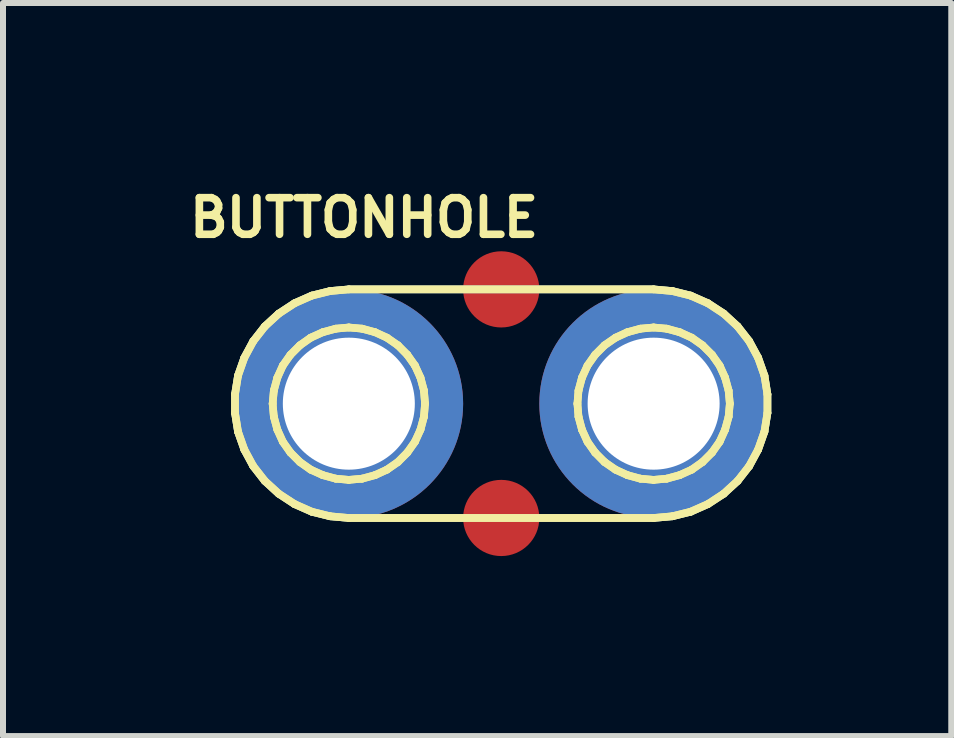
<source format=kicad_pcb>
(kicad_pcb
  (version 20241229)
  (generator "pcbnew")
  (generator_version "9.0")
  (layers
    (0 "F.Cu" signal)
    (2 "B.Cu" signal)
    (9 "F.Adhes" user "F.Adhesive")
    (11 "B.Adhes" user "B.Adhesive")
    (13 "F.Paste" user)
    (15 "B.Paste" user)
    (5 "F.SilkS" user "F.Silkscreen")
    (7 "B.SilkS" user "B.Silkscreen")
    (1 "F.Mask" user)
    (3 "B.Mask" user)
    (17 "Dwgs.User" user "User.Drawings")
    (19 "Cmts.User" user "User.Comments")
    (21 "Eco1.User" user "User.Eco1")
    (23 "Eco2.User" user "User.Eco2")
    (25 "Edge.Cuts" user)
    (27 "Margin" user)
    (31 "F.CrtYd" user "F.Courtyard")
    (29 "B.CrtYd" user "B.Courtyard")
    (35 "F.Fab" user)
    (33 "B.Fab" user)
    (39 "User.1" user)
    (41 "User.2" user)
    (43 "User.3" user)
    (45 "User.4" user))
  (footprint "BUTTONHOLE"
    (layer "F.Cu")
    (at 5.304 3.678)
    (property "Reference" "BUTTONHOLE" (at -2.286 -3.099 0) (layer "F.SilkS") (effects (font (size 0.61 0.61) (thickness 0.127))))
    (attr smd)
    (fp_line (start -4.437 -0.155) (end -4.387 -0.467) (stroke (width 0.127) (type solid)) (layer "B.Cu"))
    (fp_line (start -4.437 0.155) (end -4.437 -0.155) (stroke (width 0.127) (type solid)) (layer "B.Cu"))
    (fp_line (start -4.387 -0.467) (end -4.282 -0.765) (stroke (width 0.127) (type solid)) (layer "B.Cu"))
    (fp_line (start -4.387 0.467) (end -4.437 0.155) (stroke (width 0.127) (type solid)) (layer "B.Cu"))
    (fp_line (start -4.282 -0.765) (end -4.133 -1.041) (stroke (width 0.127) (type solid)) (layer "B.Cu"))
    (fp_line (start -4.282 0.765) (end -4.387 0.467) (stroke (width 0.127) (type solid)) (layer "B.Cu"))
    (fp_line (start -4.133 -1.041) (end -3.94 -1.288) (stroke (width 0.127) (type solid)) (layer "B.Cu"))
    (fp_line (start -4.133 1.041) (end -4.282 0.765) (stroke (width 0.127) (type solid)) (layer "B.Cu"))
    (fp_line (start -3.94 -1.288) (end -3.708 -1.501) (stroke (width 0.127) (type solid)) (layer "B.Cu"))
    (fp_line (start -3.94 1.288) (end -4.133 1.041) (stroke (width 0.127) (type solid)) (layer "B.Cu"))
    (fp_line (start -3.708 -1.501) (end -3.444 -1.674) (stroke (width 0.127) (type solid)) (layer "B.Cu"))
    (fp_line (start -3.708 1.501) (end -3.94 1.288) (stroke (width 0.127) (type solid)) (layer "B.Cu"))
    (fp_line (start -3.444 -1.674) (end -3.157 -1.801) (stroke (width 0.127) (type solid)) (layer "B.Cu"))
    (fp_line (start -3.444 1.674) (end -3.708 1.501) (stroke (width 0.127) (type solid)) (layer "B.Cu"))
    (fp_line (start -3.157 -1.801) (end -2.852 -1.877) (stroke (width 0.127) (type solid)) (layer "B.Cu"))
    (fp_line (start -3.157 1.801) (end -3.444 1.674) (stroke (width 0.127) (type solid)) (layer "B.Cu"))
    (fp_line (start -2.852 -1.877) (end -2.54 -1.905) (stroke (width 0.127) (type solid)) (layer "B.Cu"))
    (fp_line (start -2.852 1.877) (end -3.157 1.801) (stroke (width 0.127) (type solid)) (layer "B.Cu"))
    (fp_line (start -2.54 -1.905) (end 2.54 -1.905) (stroke (width 0.127) (type solid)) (layer "B.Cu"))
    (fp_line (start -2.54 1.905) (end -2.852 1.877) (stroke (width 0.127) (type solid)) (layer "B.Cu"))
    (fp_line (start 2.54 -1.905) (end 2.852 -1.877) (stroke (width 0.127) (type solid)) (layer "B.Cu"))
    (fp_line (start 2.54 1.905) (end -2.54 1.905) (stroke (width 0.127) (type solid)) (layer "B.Cu"))
    (fp_line (start 2.852 -1.877) (end 3.157 -1.801) (stroke (width 0.127) (type solid)) (layer "B.Cu"))
    (fp_line (start 2.852 1.877) (end 2.54 1.905) (stroke (width 0.127) (type solid)) (layer "B.Cu"))
    (fp_line (start 3.157 -1.801) (end 3.444 -1.674) (stroke (width 0.127) (type solid)) (layer "B.Cu"))
    (fp_line (start 3.157 1.801) (end 2.852 1.877) (stroke (width 0.127) (type solid)) (layer "B.Cu"))
    (fp_line (start 3.444 -1.674) (end 3.708 -1.501) (stroke (width 0.127) (type solid)) (layer "B.Cu"))
    (fp_line (start 3.444 1.674) (end 3.157 1.801) (stroke (width 0.127) (type solid)) (layer "B.Cu"))
    (fp_line (start 3.708 -1.501) (end 3.94 -1.288) (stroke (width 0.127) (type solid)) (layer "B.Cu"))
    (fp_line (start 3.708 1.501) (end 3.444 1.674) (stroke (width 0.127) (type solid)) (layer "B.Cu"))
    (fp_line (start 3.94 -1.288) (end 4.133 -1.041) (stroke (width 0.127) (type solid)) (layer "B.Cu"))
    (fp_line (start 3.94 1.288) (end 3.708 1.501) (stroke (width 0.127) (type solid)) (layer "B.Cu"))
    (fp_line (start 4.133 -1.041) (end 4.282 -0.765) (stroke (width 0.127) (type solid)) (layer "B.Cu"))
    (fp_line (start 4.133 1.041) (end 3.94 1.288) (stroke (width 0.127) (type solid)) (layer "B.Cu"))
    (fp_line (start 4.282 -0.765) (end 4.387 -0.467) (stroke (width 0.127) (type solid)) (layer "B.Cu"))
    (fp_line (start 4.282 0.765) (end 4.133 1.041) (stroke (width 0.127) (type solid)) (layer "B.Cu"))
    (fp_line (start 4.387 -0.467) (end 4.437 -0.155) (stroke (width 0.127) (type solid)) (layer "B.Cu"))
    (fp_line (start 4.387 0.467) (end 4.282 0.765) (stroke (width 0.127) (type solid)) (layer "B.Cu"))
    (fp_line (start 4.437 -0.155) (end 4.437 0.155) (stroke (width 0.127) (type solid)) (layer "B.Cu"))
    (fp_line (start 4.437 0.155) (end 4.387 0.467) (stroke (width 0.127) (type solid)) (layer "B.Cu"))
    (fp_line (start -4.437 -0.155) (end -4.387 -0.467) (stroke (width 0.127) (type solid)) (layer "F.SilkS"))
    (fp_line (start -4.437 -0.155) (end -4.387 -0.467) (stroke (width 0.127) (type solid)) (layer "F.SilkS"))
    (fp_line (start -4.437 0.155) (end -4.437 -0.155) (stroke (width 0.127) (type solid)) (layer "F.SilkS"))
    (fp_line (start -4.437 0.155) (end -4.437 -0.155) (stroke (width 0.127) (type solid)) (layer "F.SilkS"))
    (fp_line (start -4.387 -0.467) (end -4.282 -0.765) (stroke (width 0.127) (type solid)) (layer "F.SilkS"))
    (fp_line (start -4.387 -0.467) (end -4.282 -0.765) (stroke (width 0.127) (type solid)) (layer "F.SilkS"))
    (fp_line (start -4.387 0.467) (end -4.437 0.155) (stroke (width 0.127) (type solid)) (layer "F.SilkS"))
    (fp_line (start -4.387 0.467) (end -4.437 0.155) (stroke (width 0.127) (type solid)) (layer "F.SilkS"))
    (fp_line (start -4.282 -0.765) (end -4.133 -1.041) (stroke (width 0.127) (type solid)) (layer "F.SilkS"))
    (fp_line (start -4.282 -0.765) (end -4.133 -1.041) (stroke (width 0.127) (type solid)) (layer "F.SilkS"))
    (fp_line (start -4.282 0.765) (end -4.387 0.467) (stroke (width 0.127) (type solid)) (layer "F.SilkS"))
    (fp_line (start -4.282 0.765) (end -4.387 0.467) (stroke (width 0.127) (type solid)) (layer "F.SilkS"))
    (fp_line (start -4.133 -1.041) (end -3.94 -1.288) (stroke (width 0.127) (type solid)) (layer "F.SilkS"))
    (fp_line (start -4.133 -1.041) (end -3.94 -1.288) (stroke (width 0.127) (type solid)) (layer "F.SilkS"))
    (fp_line (start -4.133 1.041) (end -4.282 0.765) (stroke (width 0.127) (type solid)) (layer "F.SilkS"))
    (fp_line (start -4.133 1.041) (end -4.282 0.765) (stroke (width 0.127) (type solid)) (layer "F.SilkS"))
    (fp_line (start -3.94 -1.288) (end -3.708 -1.501) (stroke (width 0.127) (type solid)) (layer "F.SilkS"))
    (fp_line (start -3.94 -1.288) (end -3.708 -1.501) (stroke (width 0.127) (type solid)) (layer "F.SilkS"))
    (fp_line (start -3.94 1.288) (end -4.133 1.041) (stroke (width 0.127) (type solid)) (layer "F.SilkS"))
    (fp_line (start -3.94 1.288) (end -4.133 1.041) (stroke (width 0.127) (type solid)) (layer "F.SilkS"))
    (fp_line (start -3.81 0) (end -3.79 0.218) (stroke (width 0.127) (type solid)) (layer "F.SilkS"))
    (fp_line (start -3.81 0) (end -3.79 0.218) (stroke (width 0.127) (type solid)) (layer "F.SilkS"))
    (fp_line (start -3.79 -0.218) (end -3.81 0) (stroke (width 0.127) (type solid)) (layer "F.SilkS"))
    (fp_line (start -3.79 -0.218) (end -3.81 0) (stroke (width 0.127) (type solid)) (layer "F.SilkS"))
    (fp_line (start -3.79 0.218) (end -3.731 0.434) (stroke (width 0.127) (type solid)) (layer "F.SilkS"))
    (fp_line (start -3.79 0.218) (end -3.731 0.434) (stroke (width 0.127) (type solid)) (layer "F.SilkS"))
    (fp_line (start -3.731 -0.434) (end -3.79 -0.218) (stroke (width 0.127) (type solid)) (layer "F.SilkS"))
    (fp_line (start -3.731 -0.434) (end -3.79 -0.218) (stroke (width 0.127) (type solid)) (layer "F.SilkS"))
    (fp_line (start -3.731 0.434) (end -3.64 0.635) (stroke (width 0.127) (type solid)) (layer "F.SilkS"))
    (fp_line (start -3.731 0.434) (end -3.64 0.635) (stroke (width 0.127) (type solid)) (layer "F.SilkS"))
    (fp_line (start -3.708 -1.501) (end -3.444 -1.674) (stroke (width 0.127) (type solid)) (layer "F.SilkS"))
    (fp_line (start -3.708 -1.501) (end -3.444 -1.674) (stroke (width 0.127) (type solid)) (layer "F.SilkS"))
    (fp_line (start -3.708 1.501) (end -3.94 1.288) (stroke (width 0.127) (type solid)) (layer "F.SilkS"))
    (fp_line (start -3.708 1.501) (end -3.94 1.288) (stroke (width 0.127) (type solid)) (layer "F.SilkS"))
    (fp_line (start -3.64 -0.635) (end -3.731 -0.434) (stroke (width 0.127) (type solid)) (layer "F.SilkS"))
    (fp_line (start -3.64 -0.635) (end -3.731 -0.434) (stroke (width 0.127) (type solid)) (layer "F.SilkS"))
    (fp_line (start -3.64 0.635) (end -3.513 0.815) (stroke (width 0.127) (type solid)) (layer "F.SilkS"))
    (fp_line (start -3.64 0.635) (end -3.513 0.815) (stroke (width 0.127) (type solid)) (layer "F.SilkS"))
    (fp_line (start -3.513 -0.815) (end -3.64 -0.635) (stroke (width 0.127) (type solid)) (layer "F.SilkS"))
    (fp_line (start -3.513 -0.815) (end -3.64 -0.635) (stroke (width 0.127) (type solid)) (layer "F.SilkS"))
    (fp_line (start -3.513 0.815) (end -3.355 0.973) (stroke (width 0.127) (type solid)) (layer "F.SilkS"))
    (fp_line (start -3.513 0.815) (end -3.355 0.973) (stroke (width 0.127) (type solid)) (layer "F.SilkS"))
    (fp_line (start -3.444 -1.674) (end -3.157 -1.801) (stroke (width 0.127) (type solid)) (layer "F.SilkS"))
    (fp_line (start -3.444 -1.674) (end -3.157 -1.801) (stroke (width 0.127) (type solid)) (layer "F.SilkS"))
    (fp_line (start -3.444 1.674) (end -3.708 1.501) (stroke (width 0.127) (type solid)) (layer "F.SilkS"))
    (fp_line (start -3.444 1.674) (end -3.708 1.501) (stroke (width 0.127) (type solid)) (layer "F.SilkS"))
    (fp_line (start -3.355 -0.973) (end -3.513 -0.815) (stroke (width 0.127) (type solid)) (layer "F.SilkS"))
    (fp_line (start -3.355 -0.973) (end -3.513 -0.815) (stroke (width 0.127) (type solid)) (layer "F.SilkS"))
    (fp_line (start -3.355 0.973) (end -3.175 1.1) (stroke (width 0.127) (type solid)) (layer "F.SilkS"))
    (fp_line (start -3.355 0.973) (end -3.175 1.1) (stroke (width 0.127) (type solid)) (layer "F.SilkS"))
    (fp_line (start -3.175 -1.1) (end -3.355 -0.973) (stroke (width 0.127) (type solid)) (layer "F.SilkS"))
    (fp_line (start -3.175 -1.1) (end -3.355 -0.973) (stroke (width 0.127) (type solid)) (layer "F.SilkS"))
    (fp_line (start -3.175 1.1) (end -2.974 1.191) (stroke (width 0.127) (type solid)) (layer "F.SilkS"))
    (fp_line (start -3.175 1.1) (end -2.974 1.191) (stroke (width 0.127) (type solid)) (layer "F.SilkS"))
    (fp_line (start -3.157 -1.801) (end -2.852 -1.877) (stroke (width 0.127) (type solid)) (layer "F.SilkS"))
    (fp_line (start -3.157 -1.801) (end -2.852 -1.877) (stroke (width 0.127) (type solid)) (layer "F.SilkS"))
    (fp_line (start -3.157 1.801) (end -3.444 1.674) (stroke (width 0.127) (type solid)) (layer "F.SilkS"))
    (fp_line (start -3.157 1.801) (end -3.444 1.674) (stroke (width 0.127) (type solid)) (layer "F.SilkS"))
    (fp_line (start -2.974 -1.191) (end -3.175 -1.1) (stroke (width 0.127) (type solid)) (layer "F.SilkS"))
    (fp_line (start -2.974 -1.191) (end -3.175 -1.1) (stroke (width 0.127) (type solid)) (layer "F.SilkS"))
    (fp_line (start -2.974 1.191) (end -2.758 1.25) (stroke (width 0.127) (type solid)) (layer "F.SilkS"))
    (fp_line (start -2.974 1.191) (end -2.758 1.25) (stroke (width 0.127) (type solid)) (layer "F.SilkS"))
    (fp_line (start -2.852 -1.877) (end -2.54 -1.905) (stroke (width 0.127) (type solid)) (layer "F.SilkS"))
    (fp_line (start -2.852 -1.877) (end -2.54 -1.905) (stroke (width 0.127) (type solid)) (layer "F.SilkS"))
    (fp_line (start -2.852 1.877) (end -3.157 1.801) (stroke (width 0.127) (type solid)) (layer "F.SilkS"))
    (fp_line (start -2.852 1.877) (end -3.157 1.801) (stroke (width 0.127) (type solid)) (layer "F.SilkS"))
    (fp_line (start -2.758 -1.25) (end -2.974 -1.191) (stroke (width 0.127) (type solid)) (layer "F.SilkS"))
    (fp_line (start -2.758 -1.25) (end -2.974 -1.191) (stroke (width 0.127) (type solid)) (layer "F.SilkS"))
    (fp_line (start -2.758 1.25) (end -2.54 1.27) (stroke (width 0.127) (type solid)) (layer "F.SilkS"))
    (fp_line (start -2.758 1.25) (end -2.54 1.27) (stroke (width 0.127) (type solid)) (layer "F.SilkS"))
    (fp_line (start -2.54 -1.905) (end 2.54 -1.905) (stroke (width 0.127) (type solid)) (layer "F.SilkS"))
    (fp_line (start -2.54 -1.905) (end 2.54 -1.905) (stroke (width 0.127) (type solid)) (layer "F.SilkS"))
    (fp_line (start -2.54 -1.27) (end -2.758 -1.25) (stroke (width 0.127) (type solid)) (layer "F.SilkS"))
    (fp_line (start -2.54 -1.27) (end -2.758 -1.25) (stroke (width 0.127) (type solid)) (layer "F.SilkS"))
    (fp_line (start -2.54 1.27) (end -2.319 1.25) (stroke (width 0.127) (type solid)) (layer "F.SilkS"))
    (fp_line (start -2.54 1.27) (end -2.319 1.25) (stroke (width 0.127) (type solid)) (layer "F.SilkS"))
    (fp_line (start -2.54 1.905) (end -2.852 1.877) (stroke (width 0.127) (type solid)) (layer "F.SilkS"))
    (fp_line (start -2.54 1.905) (end -2.852 1.877) (stroke (width 0.127) (type solid)) (layer "F.SilkS"))
    (fp_line (start -2.319 -1.25) (end -2.54 -1.27) (stroke (width 0.127) (type solid)) (layer "F.SilkS"))
    (fp_line (start -2.319 -1.25) (end -2.54 -1.27) (stroke (width 0.127) (type solid)) (layer "F.SilkS"))
    (fp_line (start -2.319 1.25) (end -2.103 1.191) (stroke (width 0.127) (type solid)) (layer "F.SilkS"))
    (fp_line (start -2.319 1.25) (end -2.103 1.191) (stroke (width 0.127) (type solid)) (layer "F.SilkS"))
    (fp_line (start -2.103 -1.191) (end -2.319 -1.25) (stroke (width 0.127) (type solid)) (layer "F.SilkS"))
    (fp_line (start -2.103 -1.191) (end -2.319 -1.25) (stroke (width 0.127) (type solid)) (layer "F.SilkS"))
    (fp_line (start -2.103 1.191) (end -1.905 1.1) (stroke (width 0.127) (type solid)) (layer "F.SilkS"))
    (fp_line (start -2.103 1.191) (end -1.905 1.1) (stroke (width 0.127) (type solid)) (layer "F.SilkS"))
    (fp_line (start -1.905 -1.1) (end -2.103 -1.191) (stroke (width 0.127) (type solid)) (layer "F.SilkS"))
    (fp_line (start -1.905 -1.1) (end -2.103 -1.191) (stroke (width 0.127) (type solid)) (layer "F.SilkS"))
    (fp_line (start -1.905 1.1) (end -1.722 0.973) (stroke (width 0.127) (type solid)) (layer "F.SilkS"))
    (fp_line (start -1.905 1.1) (end -1.722 0.973) (stroke (width 0.127) (type solid)) (layer "F.SilkS"))
    (fp_line (start -1.722 -0.973) (end -1.905 -1.1) (stroke (width 0.127) (type solid)) (layer "F.SilkS"))
    (fp_line (start -1.722 -0.973) (end -1.905 -1.1) (stroke (width 0.127) (type solid)) (layer "F.SilkS"))
    (fp_line (start -1.722 0.973) (end -1.565 0.815) (stroke (width 0.127) (type solid)) (layer "F.SilkS"))
    (fp_line (start -1.722 0.973) (end -1.565 0.815) (stroke (width 0.127) (type solid)) (layer "F.SilkS"))
    (fp_line (start -1.565 -0.815) (end -1.722 -0.973) (stroke (width 0.127) (type solid)) (layer "F.SilkS"))
    (fp_line (start -1.565 -0.815) (end -1.722 -0.973) (stroke (width 0.127) (type solid)) (layer "F.SilkS"))
    (fp_line (start -1.565 0.815) (end -1.438 0.635) (stroke (width 0.127) (type solid)) (layer "F.SilkS"))
    (fp_line (start -1.565 0.815) (end -1.438 0.635) (stroke (width 0.127) (type solid)) (layer "F.SilkS"))
    (fp_line (start -1.438 -0.635) (end -1.565 -0.815) (stroke (width 0.127) (type solid)) (layer "F.SilkS"))
    (fp_line (start -1.438 -0.635) (end -1.565 -0.815) (stroke (width 0.127) (type solid)) (layer "F.SilkS"))
    (fp_line (start -1.438 0.635) (end -1.346 0.434) (stroke (width 0.127) (type solid)) (layer "F.SilkS"))
    (fp_line (start -1.438 0.635) (end -1.346 0.434) (stroke (width 0.127) (type solid)) (layer "F.SilkS"))
    (fp_line (start -1.346 -0.434) (end -1.438 -0.635) (stroke (width 0.127) (type solid)) (layer "F.SilkS"))
    (fp_line (start -1.346 -0.434) (end -1.438 -0.635) (stroke (width 0.127) (type solid)) (layer "F.SilkS"))
    (fp_line (start -1.346 0.434) (end -1.288 0.218) (stroke (width 0.127) (type solid)) (layer "F.SilkS"))
    (fp_line (start -1.346 0.434) (end -1.288 0.218) (stroke (width 0.127) (type solid)) (layer "F.SilkS"))
    (fp_line (start -1.288 -0.218) (end -1.346 -0.434) (stroke (width 0.127) (type solid)) (layer "F.SilkS"))
    (fp_line (start -1.288 -0.218) (end -1.346 -0.434) (stroke (width 0.127) (type solid)) (layer "F.SilkS"))
    (fp_line (start -1.288 0.218) (end -1.27 0) (stroke (width 0.127) (type solid)) (layer "F.SilkS"))
    (fp_line (start -1.288 0.218) (end -1.27 0) (stroke (width 0.127) (type solid)) (layer "F.SilkS"))
    (fp_line (start -1.27 0) (end -1.288 -0.218) (stroke (width 0.127) (type solid)) (layer "F.SilkS"))
    (fp_line (start -1.27 0) (end -1.288 -0.218) (stroke (width 0.127) (type solid)) (layer "F.SilkS"))
    (fp_line (start 1.27 0) (end 1.288 0.218) (stroke (width 0.127) (type solid)) (layer "F.SilkS"))
    (fp_line (start 1.27 0) (end 1.288 0.218) (stroke (width 0.127) (type solid)) (layer "F.SilkS"))
    (fp_line (start 1.288 -0.218) (end 1.27 0) (stroke (width 0.127) (type solid)) (layer "F.SilkS"))
    (fp_line (start 1.288 -0.218) (end 1.27 0) (stroke (width 0.127) (type solid)) (layer "F.SilkS"))
    (fp_line (start 1.288 0.218) (end 1.346 0.434) (stroke (width 0.127) (type solid)) (layer "F.SilkS"))
    (fp_line (start 1.288 0.218) (end 1.346 0.434) (stroke (width 0.127) (type solid)) (layer "F.SilkS"))
    (fp_line (start 1.346 -0.434) (end 1.288 -0.218) (stroke (width 0.127) (type solid)) (layer "F.SilkS"))
    (fp_line (start 1.346 -0.434) (end 1.288 -0.218) (stroke (width 0.127) (type solid)) (layer "F.SilkS"))
    (fp_line (start 1.346 0.434) (end 1.438 0.635) (stroke (width 0.127) (type solid)) (layer "F.SilkS"))
    (fp_line (start 1.346 0.434) (end 1.438 0.635) (stroke (width 0.127) (type solid)) (layer "F.SilkS"))
    (fp_line (start 1.438 -0.635) (end 1.346 -0.434) (stroke (width 0.127) (type solid)) (layer "F.SilkS"))
    (fp_line (start 1.438 -0.635) (end 1.346 -0.434) (stroke (width 0.127) (type solid)) (layer "F.SilkS"))
    (fp_line (start 1.438 0.635) (end 1.565 0.815) (stroke (width 0.127) (type solid)) (layer "F.SilkS"))
    (fp_line (start 1.438 0.635) (end 1.565 0.815) (stroke (width 0.127) (type solid)) (layer "F.SilkS"))
    (fp_line (start 1.565 -0.815) (end 1.438 -0.635) (stroke (width 0.127) (type solid)) (layer "F.SilkS"))
    (fp_line (start 1.565 -0.815) (end 1.438 -0.635) (stroke (width 0.127) (type solid)) (layer "F.SilkS"))
    (fp_line (start 1.565 0.815) (end 1.722 0.973) (stroke (width 0.127) (type solid)) (layer "F.SilkS"))
    (fp_line (start 1.565 0.815) (end 1.722 0.973) (stroke (width 0.127) (type solid)) (layer "F.SilkS"))
    (fp_line (start 1.722 -0.973) (end 1.565 -0.815) (stroke (width 0.127) (type solid)) (layer "F.SilkS"))
    (fp_line (start 1.722 -0.973) (end 1.565 -0.815) (stroke (width 0.127) (type solid)) (layer "F.SilkS"))
    (fp_line (start 1.722 0.973) (end 1.905 1.1) (stroke (width 0.127) (type solid)) (layer "F.SilkS"))
    (fp_line (start 1.722 0.973) (end 1.905 1.1) (stroke (width 0.127) (type solid)) (layer "F.SilkS"))
    (fp_line (start 1.905 -1.1) (end 1.722 -0.973) (stroke (width 0.127) (type solid)) (layer "F.SilkS"))
    (fp_line (start 1.905 -1.1) (end 1.722 -0.973) (stroke (width 0.127) (type solid)) (layer "F.SilkS"))
    (fp_line (start 1.905 1.1) (end 2.103 1.191) (stroke (width 0.127) (type solid)) (layer "F.SilkS"))
    (fp_line (start 1.905 1.1) (end 2.103 1.191) (stroke (width 0.127) (type solid)) (layer "F.SilkS"))
    (fp_line (start 2.103 -1.191) (end 1.905 -1.1) (stroke (width 0.127) (type solid)) (layer "F.SilkS"))
    (fp_line (start 2.103 -1.191) (end 1.905 -1.1) (stroke (width 0.127) (type solid)) (layer "F.SilkS"))
    (fp_line (start 2.103 1.191) (end 2.319 1.25) (stroke (width 0.127) (type solid)) (layer "F.SilkS"))
    (fp_line (start 2.103 1.191) (end 2.319 1.25) (stroke (width 0.127) (type solid)) (layer "F.SilkS"))
    (fp_line (start 2.319 -1.25) (end 2.103 -1.191) (stroke (width 0.127) (type solid)) (layer "F.SilkS"))
    (fp_line (start 2.319 -1.25) (end 2.103 -1.191) (stroke (width 0.127) (type solid)) (layer "F.SilkS"))
    (fp_line (start 2.319 1.25) (end 2.54 1.27) (stroke (width 0.127) (type solid)) (layer "F.SilkS"))
    (fp_line (start 2.319 1.25) (end 2.54 1.27) (stroke (width 0.127) (type solid)) (layer "F.SilkS"))
    (fp_line (start 2.54 -1.905) (end 2.852 -1.877) (stroke (width 0.127) (type solid)) (layer "F.SilkS"))
    (fp_line (start 2.54 -1.905) (end 2.852 -1.877) (stroke (width 0.127) (type solid)) (layer "F.SilkS"))
    (fp_line (start 2.54 -1.27) (end 2.319 -1.25) (stroke (width 0.127) (type solid)) (layer "F.SilkS"))
    (fp_line (start 2.54 -1.27) (end 2.319 -1.25) (stroke (width 0.127) (type solid)) (layer "F.SilkS"))
    (fp_line (start 2.54 1.27) (end 2.758 1.25) (stroke (width 0.127) (type solid)) (layer "F.SilkS"))
    (fp_line (start 2.54 1.27) (end 2.758 1.25) (stroke (width 0.127) (type solid)) (layer "F.SilkS"))
    (fp_line (start 2.54 1.905) (end -2.54 1.905) (stroke (width 0.127) (type solid)) (layer "F.SilkS"))
    (fp_line (start 2.54 1.905) (end -2.54 1.905) (stroke (width 0.127) (type solid)) (layer "F.SilkS"))
    (fp_line (start 2.758 -1.25) (end 2.54 -1.27) (stroke (width 0.127) (type solid)) (layer "F.SilkS"))
    (fp_line (start 2.758 -1.25) (end 2.54 -1.27) (stroke (width 0.127) (type solid)) (layer "F.SilkS"))
    (fp_line (start 2.758 1.25) (end 2.974 1.191) (stroke (width 0.127) (type solid)) (layer "F.SilkS"))
    (fp_line (start 2.758 1.25) (end 2.974 1.191) (stroke (width 0.127) (type solid)) (layer "F.SilkS"))
    (fp_line (start 2.852 -1.877) (end 3.157 -1.801) (stroke (width 0.127) (type solid)) (layer "F.SilkS"))
    (fp_line (start 2.852 -1.877) (end 3.157 -1.801) (stroke (width 0.127) (type solid)) (layer "F.SilkS"))
    (fp_line (start 2.852 1.877) (end 2.54 1.905) (stroke (width 0.127) (type solid)) (layer "F.SilkS"))
    (fp_line (start 2.852 1.877) (end 2.54 1.905) (stroke (width 0.127) (type solid)) (layer "F.SilkS"))
    (fp_line (start 2.974 -1.191) (end 2.758 -1.25) (stroke (width 0.127) (type solid)) (layer "F.SilkS"))
    (fp_line (start 2.974 -1.191) (end 2.758 -1.25) (stroke (width 0.127) (type solid)) (layer "F.SilkS"))
    (fp_line (start 2.974 1.191) (end 3.175 1.1) (stroke (width 0.127) (type solid)) (layer "F.SilkS"))
    (fp_line (start 2.974 1.191) (end 3.175 1.1) (stroke (width 0.127) (type solid)) (layer "F.SilkS"))
    (fp_line (start 3.157 -1.801) (end 3.444 -1.674) (stroke (width 0.127) (type solid)) (layer "F.SilkS"))
    (fp_line (start 3.157 -1.801) (end 3.444 -1.674) (stroke (width 0.127) (type solid)) (layer "F.SilkS"))
    (fp_line (start 3.157 1.801) (end 2.852 1.877) (stroke (width 0.127) (type solid)) (layer "F.SilkS"))
    (fp_line (start 3.157 1.801) (end 2.852 1.877) (stroke (width 0.127) (type solid)) (layer "F.SilkS"))
    (fp_line (start 3.175 -1.1) (end 2.974 -1.191) (stroke (width 0.127) (type solid)) (layer "F.SilkS"))
    (fp_line (start 3.175 -1.1) (end 2.974 -1.191) (stroke (width 0.127) (type solid)) (layer "F.SilkS"))
    (fp_line (start 3.175 1.1) (end 3.355 0.973) (stroke (width 0.127) (type solid)) (layer "F.SilkS"))
    (fp_line (start 3.175 1.1) (end 3.355 0.973) (stroke (width 0.127) (type solid)) (layer "F.SilkS"))
    (fp_line (start 3.355 -0.973) (end 3.175 -1.1) (stroke (width 0.127) (type solid)) (layer "F.SilkS"))
    (fp_line (start 3.355 -0.973) (end 3.175 -1.1) (stroke (width 0.127) (type solid)) (layer "F.SilkS"))
    (fp_line (start 3.355 0.973) (end 3.513 0.815) (stroke (width 0.127) (type solid)) (layer "F.SilkS"))
    (fp_line (start 3.355 0.973) (end 3.513 0.815) (stroke (width 0.127) (type solid)) (layer "F.SilkS"))
    (fp_line (start 3.444 -1.674) (end 3.708 -1.501) (stroke (width 0.127) (type solid)) (layer "F.SilkS"))
    (fp_line (start 3.444 -1.674) (end 3.708 -1.501) (stroke (width 0.127) (type solid)) (layer "F.SilkS"))
    (fp_line (start 3.444 1.674) (end 3.157 1.801) (stroke (width 0.127) (type solid)) (layer "F.SilkS"))
    (fp_line (start 3.444 1.674) (end 3.157 1.801) (stroke (width 0.127) (type solid)) (layer "F.SilkS"))
    (fp_line (start 3.513 -0.815) (end 3.355 -0.973) (stroke (width 0.127) (type solid)) (layer "F.SilkS"))
    (fp_line (start 3.513 -0.815) (end 3.355 -0.973) (stroke (width 0.127) (type solid)) (layer "F.SilkS"))
    (fp_line (start 3.513 0.815) (end 3.64 0.635) (stroke (width 0.127) (type solid)) (layer "F.SilkS"))
    (fp_line (start 3.513 0.815) (end 3.64 0.635) (stroke (width 0.127) (type solid)) (layer "F.SilkS"))
    (fp_line (start 3.64 -0.635) (end 3.513 -0.815) (stroke (width 0.127) (type solid)) (layer "F.SilkS"))
    (fp_line (start 3.64 -0.635) (end 3.513 -0.815) (stroke (width 0.127) (type solid)) (layer "F.SilkS"))
    (fp_line (start 3.64 0.635) (end 3.731 0.434) (stroke (width 0.127) (type solid)) (layer "F.SilkS"))
    (fp_line (start 3.64 0.635) (end 3.731 0.434) (stroke (width 0.127) (type solid)) (layer "F.SilkS"))
    (fp_line (start 3.708 -1.501) (end 3.94 -1.288) (stroke (width 0.127) (type solid)) (layer "F.SilkS"))
    (fp_line (start 3.708 -1.501) (end 3.94 -1.288) (stroke (width 0.127) (type solid)) (layer "F.SilkS"))
    (fp_line (start 3.708 1.501) (end 3.444 1.674) (stroke (width 0.127) (type solid)) (layer "F.SilkS"))
    (fp_line (start 3.708 1.501) (end 3.444 1.674) (stroke (width 0.127) (type solid)) (layer "F.SilkS"))
    (fp_line (start 3.731 -0.434) (end 3.64 -0.635) (stroke (width 0.127) (type solid)) (layer "F.SilkS"))
    (fp_line (start 3.731 -0.434) (end 3.64 -0.635) (stroke (width 0.127) (type solid)) (layer "F.SilkS"))
    (fp_line (start 3.731 0.434) (end 3.79 0.218) (stroke (width 0.127) (type solid)) (layer "F.SilkS"))
    (fp_line (start 3.731 0.434) (end 3.79 0.218) (stroke (width 0.127) (type solid)) (layer "F.SilkS"))
    (fp_line (start 3.79 -0.218) (end 3.731 -0.434) (stroke (width 0.127) (type solid)) (layer "F.SilkS"))
    (fp_line (start 3.79 -0.218) (end 3.731 -0.434) (stroke (width 0.127) (type solid)) (layer "F.SilkS"))
    (fp_line (start 3.79 0.218) (end 3.81 0) (stroke (width 0.127) (type solid)) (layer "F.SilkS"))
    (fp_line (start 3.79 0.218) (end 3.81 0) (stroke (width 0.127) (type solid)) (layer "F.SilkS"))
    (fp_line (start 3.81 0) (end 3.79 -0.218) (stroke (width 0.127) (type solid)) (layer "F.SilkS"))
    (fp_line (start 3.81 0) (end 3.79 -0.218) (stroke (width 0.127) (type solid)) (layer "F.SilkS"))
    (fp_line (start 3.94 -1.288) (end 4.133 -1.041) (stroke (width 0.127) (type solid)) (layer "F.SilkS"))
    (fp_line (start 3.94 -1.288) (end 4.133 -1.041) (stroke (width 0.127) (type solid)) (layer "F.SilkS"))
    (fp_line (start 3.94 1.288) (end 3.708 1.501) (stroke (width 0.127) (type solid)) (layer "F.SilkS"))
    (fp_line (start 3.94 1.288) (end 3.708 1.501) (stroke (width 0.127) (type solid)) (layer "F.SilkS"))
    (fp_line (start 4.133 -1.041) (end 4.282 -0.765) (stroke (width 0.127) (type solid)) (layer "F.SilkS"))
    (fp_line (start 4.133 -1.041) (end 4.282 -0.765) (stroke (width 0.127) (type solid)) (layer "F.SilkS"))
    (fp_line (start 4.133 1.041) (end 3.94 1.288) (stroke (width 0.127) (type solid)) (layer "F.SilkS"))
    (fp_line (start 4.133 1.041) (end 3.94 1.288) (stroke (width 0.127) (type solid)) (layer "F.SilkS"))
    (fp_line (start 4.282 -0.765) (end 4.387 -0.467) (stroke (width 0.127) (type solid)) (layer "F.SilkS"))
    (fp_line (start 4.282 -0.765) (end 4.387 -0.467) (stroke (width 0.127) (type solid)) (layer "F.SilkS"))
    (fp_line (start 4.282 0.765) (end 4.133 1.041) (stroke (width 0.127) (type solid)) (layer "F.SilkS"))
    (fp_line (start 4.282 0.765) (end 4.133 1.041) (stroke (width 0.127) (type solid)) (layer "F.SilkS"))
    (fp_line (start 4.387 -0.467) (end 4.437 -0.155) (stroke (width 0.127) (type solid)) (layer "F.SilkS"))
    (fp_line (start 4.387 -0.467) (end 4.437 -0.155) (stroke (width 0.127) (type solid)) (layer "F.SilkS"))
    (fp_line (start 4.387 0.467) (end 4.282 0.765) (stroke (width 0.127) (type solid)) (layer "F.SilkS"))
    (fp_line (start 4.387 0.467) (end 4.282 0.765) (stroke (width 0.127) (type solid)) (layer "F.SilkS"))
    (fp_line (start 4.437 -0.155) (end 4.437 0.155) (stroke (width 0.127) (type solid)) (layer "F.SilkS"))
    (fp_line (start 4.437 -0.155) (end 4.437 0.155) (stroke (width 0.127) (type solid)) (layer "F.SilkS"))
    (fp_line (start 4.437 0.155) (end 4.387 0.467) (stroke (width 0.127) (type solid)) (layer "F.SilkS"))
    (fp_line (start 4.437 0.155) (end 4.387 0.467) (stroke (width 0.127) (type solid)) (layer "F.SilkS"))
    (fp_line (start -4.437 -0.155) (end -4.387 -0.467) (stroke (width 0.127) (type solid)) (layer "B.Adhes"))
    (fp_line (start -4.437 0.155) (end -4.437 -0.155) (stroke (width 0.127) (type solid)) (layer "B.Adhes"))
    (fp_line (start -4.387 -0.467) (end -4.282 -0.765) (stroke (width 0.127) (type solid)) (layer "B.Adhes"))
    (fp_line (start -4.387 0.467) (end -4.437 0.155) (stroke (width 0.127) (type solid)) (layer "B.Adhes"))
    (fp_line (start -4.282 -0.765) (end -4.133 -1.041) (stroke (width 0.127) (type solid)) (layer "B.Adhes"))
    (fp_line (start -4.282 0.765) (end -4.387 0.467) (stroke (width 0.127) (type solid)) (layer "B.Adhes"))
    (fp_line (start -4.133 -1.041) (end -3.94 -1.288) (stroke (width 0.127) (type solid)) (layer "B.Adhes"))
    (fp_line (start -4.133 1.041) (end -4.282 0.765) (stroke (width 0.127) (type solid)) (layer "B.Adhes"))
    (fp_line (start -3.94 -1.288) (end -3.708 -1.501) (stroke (width 0.127) (type solid)) (layer "B.Adhes"))
    (fp_line (start -3.94 1.288) (end -4.133 1.041) (stroke (width 0.127) (type solid)) (layer "B.Adhes"))
    (fp_line (start -3.708 -1.501) (end -3.444 -1.674) (stroke (width 0.127) (type solid)) (layer "B.Adhes"))
    (fp_line (start -3.708 1.501) (end -3.94 1.288) (stroke (width 0.127) (type solid)) (layer "B.Adhes"))
    (fp_line (start -3.444 -1.674) (end -3.157 -1.801) (stroke (width 0.127) (type solid)) (layer "B.Adhes"))
    (fp_line (start -3.444 1.674) (end -3.708 1.501) (stroke (width 0.127) (type solid)) (layer "B.Adhes"))
    (fp_line (start -3.157 -1.801) (end -2.852 -1.877) (stroke (width 0.127) (type solid)) (layer "B.Adhes"))
    (fp_line (start -3.157 1.801) (end -3.444 1.674) (stroke (width 0.127) (type solid)) (layer "B.Adhes"))
    (fp_line (start -2.852 -1.877) (end -2.54 -1.905) (stroke (width 0.127) (type solid)) (layer "B.Adhes"))
    (fp_line (start -2.852 1.877) (end -3.157 1.801) (stroke (width 0.127) (type solid)) (layer "B.Adhes"))
    (fp_line (start -2.54 -1.905) (end 2.54 -1.905) (stroke (width 0.127) (type solid)) (layer "B.Adhes"))
    (fp_line (start -2.54 1.905) (end -2.852 1.877) (stroke (width 0.127) (type solid)) (layer "B.Adhes"))
    (fp_line (start 2.54 -1.905) (end 2.852 -1.877) (stroke (width 0.127) (type solid)) (layer "B.Adhes"))
    (fp_line (start 2.54 1.905) (end -2.54 1.905) (stroke (width 0.127) (type solid)) (layer "B.Adhes"))
    (fp_line (start 2.852 -1.877) (end 3.157 -1.801) (stroke (width 0.127) (type solid)) (layer "B.Adhes"))
    (fp_line (start 2.852 1.877) (end 2.54 1.905) (stroke (width 0.127) (type solid)) (layer "B.Adhes"))
    (fp_line (start 3.157 -1.801) (end 3.444 -1.674) (stroke (width 0.127) (type solid)) (layer "B.Adhes"))
    (fp_line (start 3.157 1.801) (end 2.852 1.877) (stroke (width 0.127) (type solid)) (layer "B.Adhes"))
    (fp_line (start 3.444 -1.674) (end 3.708 -1.501) (stroke (width 0.127) (type solid)) (layer "B.Adhes"))
    (fp_line (start 3.444 1.674) (end 3.157 1.801) (stroke (width 0.127) (type solid)) (layer "B.Adhes"))
    (fp_line (start 3.708 -1.501) (end 3.94 -1.288) (stroke (width 0.127) (type solid)) (layer "B.Adhes"))
    (fp_line (start 3.708 1.501) (end 3.444 1.674) (stroke (width 0.127) (type solid)) (layer "B.Adhes"))
    (fp_line (start 3.94 -1.288) (end 4.133 -1.041) (stroke (width 0.127) (type solid)) (layer "B.Adhes"))
    (fp_line (start 3.94 1.288) (end 3.708 1.501) (stroke (width 0.127) (type solid)) (layer "B.Adhes"))
    (fp_line (start 4.133 -1.041) (end 4.282 -0.765) (stroke (width 0.127) (type solid)) (layer "B.Adhes"))
    (fp_line (start 4.133 1.041) (end 3.94 1.288) (stroke (width 0.127) (type solid)) (layer "B.Adhes"))
    (fp_line (start 4.282 -0.765) (end 4.387 -0.467) (stroke (width 0.127) (type solid)) (layer "B.Adhes"))
    (fp_line (start 4.282 0.765) (end 4.133 1.041) (stroke (width 0.127) (type solid)) (layer "B.Adhes"))
    (fp_line (start 4.387 -0.467) (end 4.437 -0.155) (stroke (width 0.127) (type solid)) (layer "B.Adhes"))
    (fp_line (start 4.387 0.467) (end 4.282 0.765) (stroke (width 0.127) (type solid)) (layer "B.Adhes"))
    (fp_line (start 4.437 -0.155) (end 4.437 0.155) (stroke (width 0.127) (type solid)) (layer "B.Adhes"))
    (fp_line (start 4.437 0.155) (end 4.387 0.467) (stroke (width 0.127) (type solid)) (layer "B.Adhes"))
    (pad "1" thru_hole circle (at -2.54 0) (size 3.81 3.81) (drill 2.2) (layers "*.Cu" "*.Paste" "*.Mask"))
    (pad "P$1" smd circle (at 0 -1.905 90) (size 1.27 1.27) (layers "F.Cu" "F.Mask" "F.Paste"))
    (pad "P$2" thru_hole circle (at 2.54 0 90) (size 3.81 3.81) (drill 2.2) (layers "*.Cu" "*.Paste" "*.Mask"))
    (pad "P$3" smd circle (at 0 1.905 90) (size 1.27 1.27) (layers "F.Cu" "F.Mask" "F.Paste")))
  (gr_rect
    (start -3 -3)
    (end 12.805 9.218)
    (stroke (width 0.1) (type default))
    (fill no)
    (layer "Edge.Cuts")))
</source>
